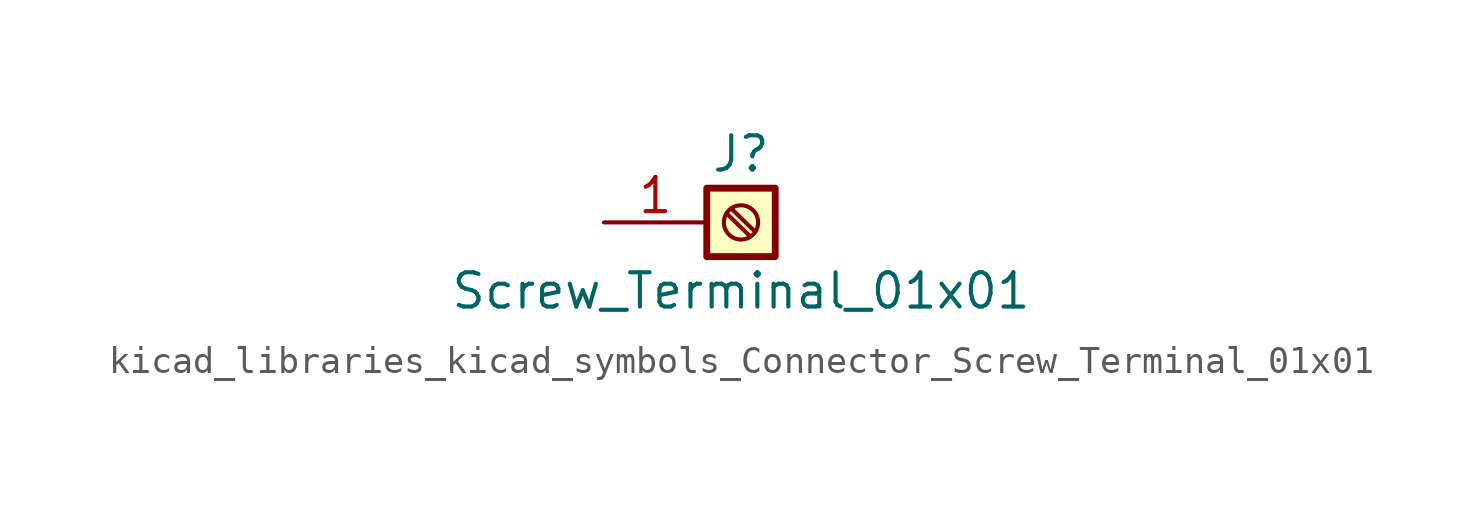
<source format=kicad_sym>
(kicad_symbol_lib
  (version 20220914)
  (generator kicad_symbol_editor)
  (symbol "kicad_libraries_kicad_symbols_Connector_Screw_Terminal_01x01"
    (pin_names
      (offset 1.016) hide)
    (property "Reference" "J"
      (at 0 2.54 0)
      (effects (font (size 1.27 1.27))))
    (property "Value" "Screw_Terminal_01x01"
      (at 0 -2.54 0)
      (effects (font (size 1.27 1.27))))
    (symbol "kicad_libraries_kicad_symbols_Connector_Screw_Terminal_01x01_1_1"
      (rectangle (start -1.27 1.27) (end 1.27 -1.27) (stroke (width 0.254) (type default)) (fill (type background)))
      (polyline (pts (xy -0.533 0.33) (xy 0.33 -0.508)) (stroke (width 0.152) (type default)) (fill (type none)))
      (polyline (pts (xy -0.356 0.508) (xy 0.508 -0.33)) (stroke (width 0.152) (type default)) (fill (type none)))
      (circle (center 0 0) (radius 0.635) (stroke (width 0.152) (type default)) (fill (type none)))
      (pin passive line (at -5.08 0 0) (length 3.81) (name "Pin_1" (effects (font (size 1.27 1.27)))) (number "1" (effects (font (size 1.27 1.27))))))))
</source>
